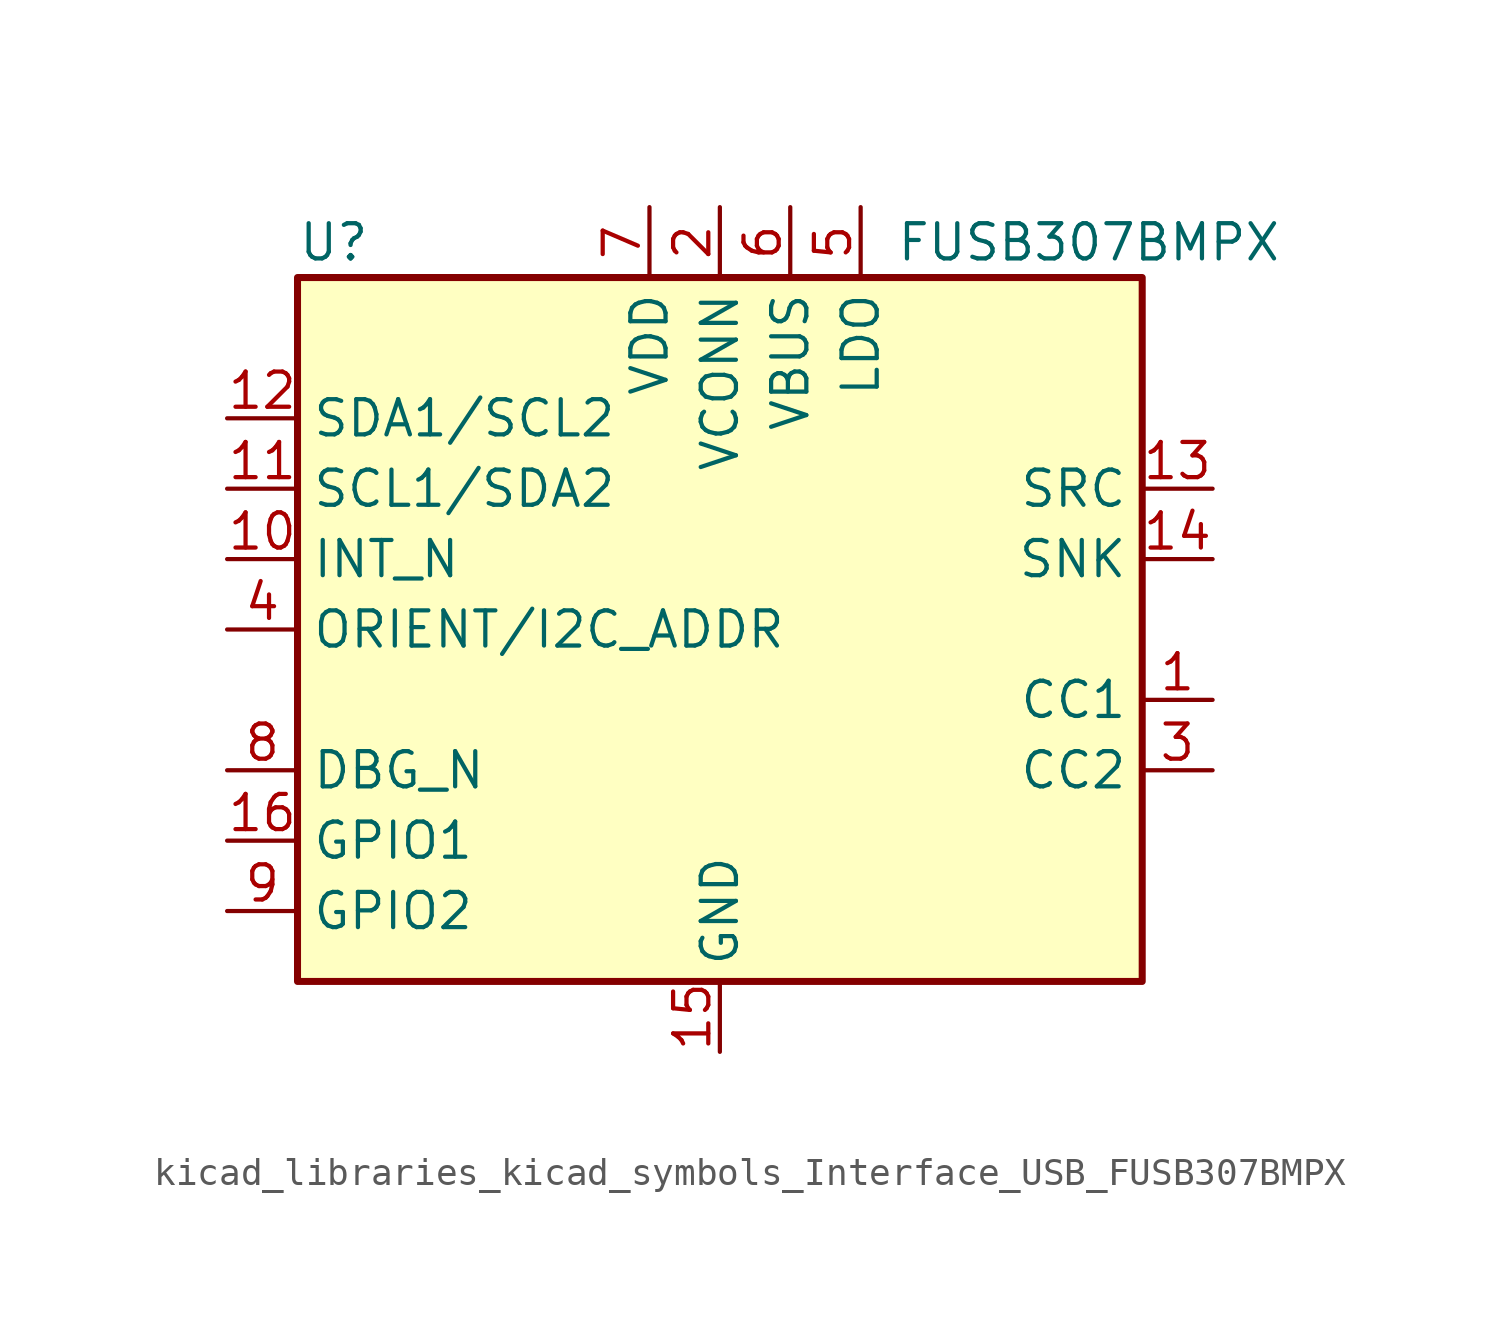
<source format=kicad_sym>
(kicad_symbol_lib
  (version 20220914)
  (generator kicad_symbol_editor)
  (symbol "kicad_libraries_kicad_symbols_Interface_USB_FUSB307BMPX"
    (property "Reference" "U"
      (at -15.24 13.97 0)
      (effects (font (size 1.27 1.27)) (justify left)))
    (property "Value" "FUSB307BMPX"
      (at 6.35 13.97 0)
      (effects (font (size 1.27 1.27)) (justify left)))
    (symbol "kicad_libraries_kicad_symbols_Interface_USB_FUSB307BMPX_0_1"
      (rectangle (start -15.24 12.7) (end 15.24 -12.7) (stroke (width 0.254) (type default)) (fill (type background))))
    (symbol "kicad_libraries_kicad_symbols_Interface_USB_FUSB307BMPX_1_1"
      (pin bidirectional line (at 17.78 -2.54 180) (length 2.54) (name "CC1" (effects (font (size 1.27 1.27)))) (number "1" (effects (font (size 1.27 1.27)))))
      (pin open_collector line (at -17.78 2.54 0) (length 2.54) (name "INT_N" (effects (font (size 1.27 1.27)))) (number "10" (effects (font (size 1.27 1.27)))))
      (pin bidirectional line (at -17.78 5.08 0) (length 2.54) (name "SCL1/SDA2" (effects (font (size 1.27 1.27)))) (number "11" (effects (font (size 1.27 1.27)))))
      (pin bidirectional line (at -17.78 7.62 0) (length 2.54) (name "SDA1/SCL2" (effects (font (size 1.27 1.27)))) (number "12" (effects (font (size 1.27 1.27)))))
      (pin output line (at 17.78 5.08 180) (length 2.54) (name "SRC" (effects (font (size 1.27 1.27)))) (number "13" (effects (font (size 1.27 1.27)))))
      (pin output line (at 17.78 2.54 180) (length 2.54) (name "SNK" (effects (font (size 1.27 1.27)))) (number "14" (effects (font (size 1.27 1.27)))))
      (pin power_in line (at 0 -15.24 90) (length 2.54) (name "GND" (effects (font (size 1.27 1.27)))) (number "15" (effects (font (size 1.27 1.27)))))
      (pin bidirectional line (at -17.78 -7.62 0) (length 2.54) (name "GPIO1" (effects (font (size 1.27 1.27)))) (number "16" (effects (font (size 1.27 1.27)))))
      (pin passive line (at 0 -15.24 90) (length 2.54) hide (name "GND" (effects (font (size 1.27 1.27)))) (number "17" (effects (font (size 1.27 1.27)))))
      (pin power_in line (at 0 15.24 270) (length 2.54) (name "VCONN" (effects (font (size 1.27 1.27)))) (number "2" (effects (font (size 1.27 1.27)))))
      (pin bidirectional line (at 17.78 -5.08 180) (length 2.54) (name "CC2" (effects (font (size 1.27 1.27)))) (number "3" (effects (font (size 1.27 1.27)))))
      (pin tri_state line (at -17.78 0 0) (length 2.54) (name "ORIENT/I2C_ADDR" (effects (font (size 1.27 1.27)))) (number "4" (effects (font (size 1.27 1.27)))))
      (pin power_out line (at 5.08 15.24 270) (length 2.54) (name "LDO" (effects (font (size 1.27 1.27)))) (number "5" (effects (font (size 1.27 1.27)))))
      (pin power_in line (at 2.54 15.24 270) (length 2.54) (name "VBUS" (effects (font (size 1.27 1.27)))) (number "6" (effects (font (size 1.27 1.27)))))
      (pin power_in line (at -2.54 15.24 270) (length 2.54) (name "VDD" (effects (font (size 1.27 1.27)))) (number "7" (effects (font (size 1.27 1.27)))))
      (pin open_collector line (at -17.78 -5.08 0) (length 2.54) (name "DBG_N" (effects (font (size 1.27 1.27)))) (number "8" (effects (font (size 1.27 1.27)))))
      (pin bidirectional line (at -17.78 -10.16 0) (length 2.54) (name "GPIO2" (effects (font (size 1.27 1.27)))) (number "9" (effects (font (size 1.27 1.27))))))))
</source>
